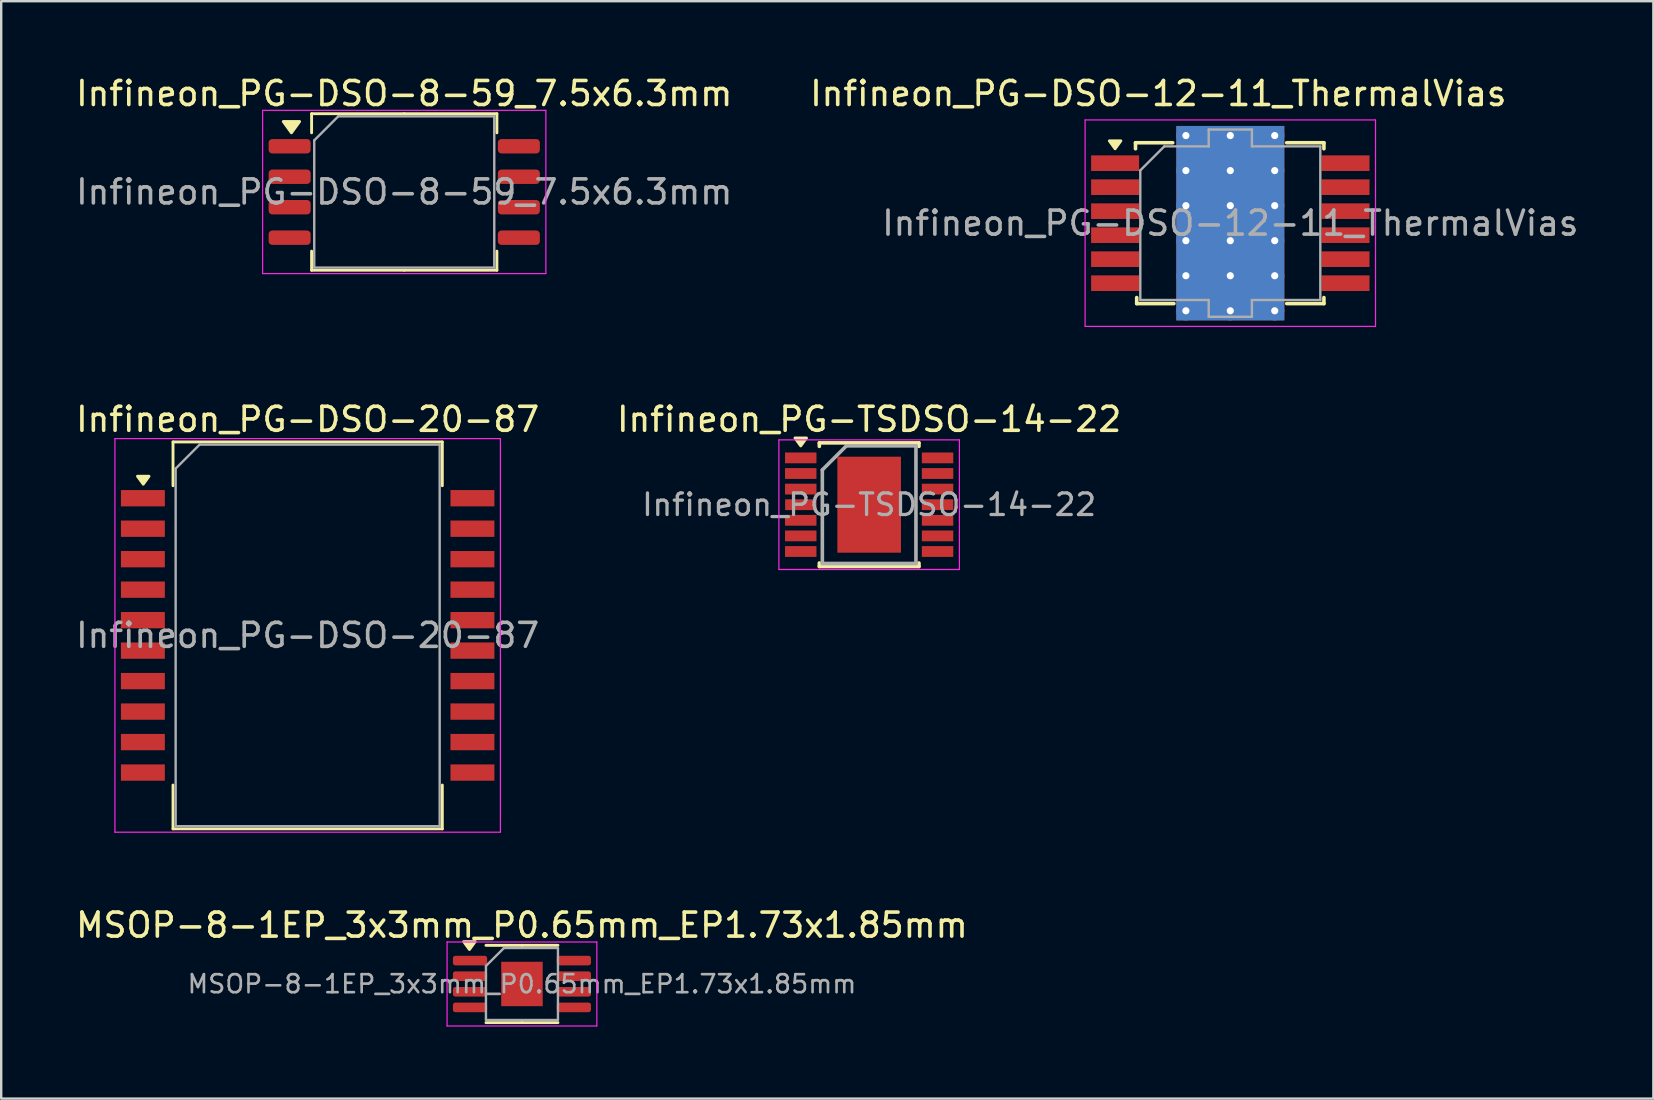
<source format=kicad_pcb>
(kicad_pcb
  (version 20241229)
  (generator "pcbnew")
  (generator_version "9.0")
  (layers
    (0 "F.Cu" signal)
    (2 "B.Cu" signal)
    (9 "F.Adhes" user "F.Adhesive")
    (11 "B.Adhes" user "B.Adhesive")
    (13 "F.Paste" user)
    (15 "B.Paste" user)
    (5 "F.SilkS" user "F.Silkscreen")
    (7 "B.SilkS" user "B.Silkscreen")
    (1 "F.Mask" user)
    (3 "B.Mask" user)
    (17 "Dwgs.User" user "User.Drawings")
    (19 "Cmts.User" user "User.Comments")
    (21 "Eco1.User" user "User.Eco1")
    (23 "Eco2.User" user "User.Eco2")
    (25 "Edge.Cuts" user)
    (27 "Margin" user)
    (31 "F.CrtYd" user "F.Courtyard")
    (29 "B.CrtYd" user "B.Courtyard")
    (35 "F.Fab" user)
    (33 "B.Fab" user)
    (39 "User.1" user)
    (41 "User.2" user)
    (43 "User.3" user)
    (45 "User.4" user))
  (footprint "Infineon_PG-DSO-20-87"
    (layer "F.Cu")
    (at 9.768 23.422)
    (property "Reference" "Infineon_PG-DSO-20-87" (at 0 -9 0) (layer "F.SilkS") (effects (font (size 1 1) (thickness 0.15))))
    (attr smd)
    (fp_line (start -5.61 -8.06) (end 5.61 -8.06) (stroke (width 0.12) (type solid)) (layer "F.SilkS"))
    (fp_line (start -5.61 -6.235) (end -5.61 -8.06) (stroke (width 0.12) (type solid)) (layer "F.SilkS"))
    (fp_line (start -5.61 6.235) (end -5.61 8.06) (stroke (width 0.12) (type solid)) (layer "F.SilkS"))
    (fp_line (start 5.61 -6.235) (end 5.61 -8.06) (stroke (width 0.12) (type solid)) (layer "F.SilkS"))
    (fp_line (start 5.61 6.235) (end 5.61 8.06) (stroke (width 0.12) (type solid)) (layer "F.SilkS"))
    (fp_line (start 5.61 8.06) (end -5.61 8.06) (stroke (width 0.12) (type solid)) (layer "F.SilkS"))
    (fp_poly (pts (xy -6.85 -6.3) (xy -7.09 -6.63) (xy -6.61 -6.63) (xy -6.85 -6.3)) (stroke (width 0.12) (type solid)) (fill yes) (layer "F.SilkS"))
    (fp_line (start -8.03 -8.2) (end 8.03 -8.2) (stroke (width 0.05) (type solid)) (layer "F.CrtYd"))
    (fp_line (start -8.03 8.2) (end -8.03 -8.2) (stroke (width 0.05) (type solid)) (layer "F.CrtYd"))
    (fp_line (start -8.03 8.2) (end 8.03 8.2) (stroke (width 0.05) (type solid)) (layer "F.CrtYd"))
    (fp_line (start 8.03 8.2) (end 8.03 -8.2) (stroke (width 0.05) (type solid)) (layer "F.CrtYd"))
    (fp_line (start -5.5 -6.95) (end -4.5 -7.95) (stroke (width 0.1) (type solid)) (layer "F.Fab"))
    (fp_line (start -5.5 7.95) (end -5.5 -6.95) (stroke (width 0.1) (type solid)) (layer "F.Fab"))
    (fp_line (start -4.5 -7.95) (end 5.5 -7.95) (stroke (width 0.1) (type solid)) (layer "F.Fab"))
    (fp_line (start 5.5 -7.95) (end 5.5 7.95) (stroke (width 0.1) (type solid)) (layer "F.Fab"))
    (fp_line (start 5.5 7.95) (end -5.5 7.95) (stroke (width 0.1) (type solid)) (layer "F.Fab"))
    (fp_text user "${REFERENCE}" (at 0 0 0) (layer "F.Fab") (effects (font (size 1 1) (thickness 0.15))))
    (pad "1" smd rect (at -6.865 -5.715) (size 1.83 0.68) (layers "F.Cu" "F.Mask" "F.Paste"))
    (pad "2" smd rect (at -6.865 -4.445) (size 1.83 0.68) (layers "F.Cu" "F.Mask" "F.Paste"))
    (pad "3" smd rect (at -6.865 -3.175) (size 1.83 0.68) (layers "F.Cu" "F.Mask" "F.Paste"))
    (pad "4" smd rect (at -6.865 -1.905) (size 1.83 0.68) (layers "F.Cu" "F.Mask" "F.Paste"))
    (pad "5" smd rect (at -6.865 -0.635) (size 1.83 0.68) (layers "F.Cu" "F.Mask" "F.Paste"))
    (pad "6" smd rect (at -6.865 0.635) (size 1.83 0.68) (layers "F.Cu" "F.Mask" "F.Paste"))
    (pad "7" smd rect (at -6.865 1.905) (size 1.83 0.68) (layers "F.Cu" "F.Mask" "F.Paste"))
    (pad "8" smd rect (at -6.865 3.175) (size 1.83 0.68) (layers "F.Cu" "F.Mask" "F.Paste"))
    (pad "9" smd rect (at -6.865 4.445) (size 1.83 0.68) (layers "F.Cu" "F.Mask" "F.Paste"))
    (pad "10" smd rect (at -6.865 5.715) (size 1.83 0.68) (layers "F.Cu" "F.Mask" "F.Paste"))
    (pad "11" smd rect (at 6.865 5.715) (size 1.83 0.68) (layers "F.Cu" "F.Mask" "F.Paste"))
    (pad "12" smd rect (at 6.865 4.445) (size 1.83 0.68) (layers "F.Cu" "F.Mask" "F.Paste"))
    (pad "13" smd rect (at 6.865 3.175) (size 1.83 0.68) (layers "F.Cu" "F.Mask" "F.Paste"))
    (pad "14" smd rect (at 6.865 1.905) (size 1.83 0.68) (layers "F.Cu" "F.Mask" "F.Paste"))
    (pad "15" smd rect (at 6.865 0.635) (size 1.83 0.68) (layers "F.Cu" "F.Mask" "F.Paste"))
    (pad "16" smd rect (at 6.865 -0.635) (size 1.83 0.68) (layers "F.Cu" "F.Mask" "F.Paste"))
    (pad "17" smd rect (at 6.865 -1.905) (size 1.83 0.68) (layers "F.Cu" "F.Mask" "F.Paste"))
    (pad "18" smd rect (at 6.865 -3.175) (size 1.83 0.68) (layers "F.Cu" "F.Mask" "F.Paste"))
    (pad "19" smd rect (at 6.865 -4.445) (size 1.83 0.68) (layers "F.Cu" "F.Mask" "F.Paste"))
    (pad "20" smd rect (at 6.865 -5.715) (size 1.83 0.68) (layers "F.Cu" "F.Mask" "F.Paste")))
  (footprint "Infineon_PG-DSO-8-59_7.5x6.3mm"
    (layer "F.Cu")
    (at 13.792 4.948)
    (property "Reference" "Infineon_PG-DSO-8-59_7.5x6.3mm" (at 0 -4.1 0) (layer "F.SilkS") (effects (font (size 1 1) (thickness 0.15))))
    (attr smd)
    (fp_line (start -3.86 -3.26) (end -3.86 -2.465) (stroke (width 0.12) (type solid)) (layer "F.SilkS"))
    (fp_line (start -3.86 3.26) (end -3.86 2.465) (stroke (width 0.12) (type solid)) (layer "F.SilkS"))
    (fp_line (start 0 -3.26) (end -3.86 -3.26) (stroke (width 0.12) (type solid)) (layer "F.SilkS"))
    (fp_line (start 0 -3.26) (end 3.86 -3.26) (stroke (width 0.12) (type solid)) (layer "F.SilkS"))
    (fp_line (start 0 3.26) (end -3.86 3.26) (stroke (width 0.12) (type solid)) (layer "F.SilkS"))
    (fp_line (start 0 3.26) (end 3.86 3.26) (stroke (width 0.12) (type solid)) (layer "F.SilkS"))
    (fp_line (start 3.86 -3.26) (end 3.86 -2.465) (stroke (width 0.12) (type solid)) (layer "F.SilkS"))
    (fp_line (start 3.86 3.26) (end 3.86 2.465) (stroke (width 0.12) (type solid)) (layer "F.SilkS"))
    (fp_poly (pts (xy -4.7 -2.465) (xy -5.04 -2.935) (xy -4.36 -2.935) (xy -4.7 -2.465)) (stroke (width 0.12) (type solid)) (fill yes) (layer "F.SilkS"))
    (fp_line (start -5.9 -3.4) (end -5.9 3.4) (stroke (width 0.05) (type solid)) (layer "F.CrtYd"))
    (fp_line (start -5.9 3.4) (end 5.9 3.4) (stroke (width 0.05) (type solid)) (layer "F.CrtYd"))
    (fp_line (start 5.9 -3.4) (end -5.9 -3.4) (stroke (width 0.05) (type solid)) (layer "F.CrtYd"))
    (fp_line (start 5.9 3.4) (end 5.9 -3.4) (stroke (width 0.05) (type solid)) (layer "F.CrtYd"))
    (fp_line (start -3.75 -2.15) (end -2.75 -3.15) (stroke (width 0.1) (type solid)) (layer "F.Fab"))
    (fp_line (start -3.75 3.15) (end -3.75 -2.15) (stroke (width 0.1) (type solid)) (layer "F.Fab"))
    (fp_line (start -2.75 -3.15) (end 3.75 -3.15) (stroke (width 0.1) (type solid)) (layer "F.Fab"))
    (fp_line (start 3.75 -3.15) (end 3.75 3.15) (stroke (width 0.1) (type solid)) (layer "F.Fab"))
    (fp_line (start 3.75 3.15) (end -3.75 3.15) (stroke (width 0.1) (type solid)) (layer "F.Fab"))
    (fp_text user "${REFERENCE}" (at 0 0 0) (layer "F.Fab") (effects (font (size 1 1) (thickness 0.15))))
    (pad "1" smd roundrect (at -4.775 -1.905) (size 1.75 0.6) (layers "F.Cu" "F.Mask" "F.Paste") (roundrect_rratio 0.25))
    (pad "2" smd roundrect (at -4.775 -0.635) (size 1.75 0.6) (layers "F.Cu" "F.Mask" "F.Paste") (roundrect_rratio 0.25))
    (pad "3" smd roundrect (at -4.775 0.635) (size 1.75 0.6) (layers "F.Cu" "F.Mask" "F.Paste") (roundrect_rratio 0.25))
    (pad "4" smd roundrect (at -4.775 1.905) (size 1.75 0.6) (layers "F.Cu" "F.Mask" "F.Paste") (roundrect_rratio 0.25))
    (pad "5" smd roundrect (at 4.775 1.905) (size 1.75 0.6) (layers "F.Cu" "F.Mask" "F.Paste") (roundrect_rratio 0.25))
    (pad "6" smd roundrect (at 4.775 0.635) (size 1.75 0.6) (layers "F.Cu" "F.Mask" "F.Paste") (roundrect_rratio 0.25))
    (pad "7" smd roundrect (at 4.775 -0.635) (size 1.75 0.6) (layers "F.Cu" "F.Mask" "F.Paste") (roundrect_rratio 0.25))
    (pad "8" smd roundrect (at 4.775 -1.905) (size 1.75 0.6) (layers "F.Cu" "F.Mask" "F.Paste") (roundrect_rratio 0.25)))
  (footprint "MSOP-8-1EP_3x3mm_P0.65mm_EP1.73x1.85mm"
    (layer "F.Cu")
    (at 18.696 37.945)
    (property "Reference" "MSOP-8-1EP_3x3mm_P0.65mm_EP1.73x1.85mm" (at 0 -2.45 0) (layer "F.SilkS") (effects (font (size 1 1) (thickness 0.15))))
    (attr smd)
    (fp_line (start 0 -1.61) (end -1.5 -1.61) (stroke (width 0.12) (type solid)) (layer "F.SilkS"))
    (fp_line (start 0 -1.61) (end 1.5 -1.61) (stroke (width 0.12) (type solid)) (layer "F.SilkS"))
    (fp_line (start 0 1.61) (end -1.5 1.61) (stroke (width 0.12) (type solid)) (layer "F.SilkS"))
    (fp_line (start 0 1.61) (end 1.5 1.61) (stroke (width 0.12) (type solid)) (layer "F.SilkS"))
    (fp_poly (pts (xy -2.188 -1.435) (xy -2.428 -1.765) (xy -1.948 -1.765) (xy -2.188 -1.435)) (stroke (width 0.12) (type solid)) (fill yes) (layer "F.SilkS"))
    (fp_line (start -3.12 -1.75) (end -3.12 1.75) (stroke (width 0.05) (type solid)) (layer "F.CrtYd"))
    (fp_line (start -3.12 1.75) (end 3.12 1.75) (stroke (width 0.05) (type solid)) (layer "F.CrtYd"))
    (fp_line (start 3.12 -1.75) (end -3.12 -1.75) (stroke (width 0.05) (type solid)) (layer "F.CrtYd"))
    (fp_line (start 3.12 1.75) (end 3.12 -1.75) (stroke (width 0.05) (type solid)) (layer "F.CrtYd"))
    (fp_line (start -1.5 -0.75) (end -0.75 -1.5) (stroke (width 0.1) (type solid)) (layer "F.Fab"))
    (fp_line (start -1.5 1.5) (end -1.5 -0.75) (stroke (width 0.1) (type solid)) (layer "F.Fab"))
    (fp_line (start -0.75 -1.5) (end 1.5 -1.5) (stroke (width 0.1) (type solid)) (layer "F.Fab"))
    (fp_line (start 1.5 -1.5) (end 1.5 1.5) (stroke (width 0.1) (type solid)) (layer "F.Fab"))
    (fp_line (start 1.5 1.5) (end -1.5 1.5) (stroke (width 0.1) (type solid)) (layer "F.Fab"))
    (fp_text user "${REFERENCE}" (at 0 0 0) (layer "F.Fab") (effects (font (size 0.75 0.75) (thickness 0.11))))
    (pad "" smd roundrect (at -0.43 -0.46) (size 0.7 0.75) (layers "F.Paste") (roundrect_rratio 0.25))
    (pad "" smd roundrect (at -0.43 0.46) (size 0.7 0.75) (layers "F.Paste") (roundrect_rratio 0.25))
    (pad "" smd roundrect (at 0.43 -0.46) (size 0.7 0.75) (layers "F.Paste") (roundrect_rratio 0.25))
    (pad "" smd roundrect (at 0.43 0.46) (size 0.7 0.75) (layers "F.Paste") (roundrect_rratio 0.25))
    (pad "1" smd roundrect (at -2.163 -0.975) (size 1.425 0.4) (layers "F.Cu" "F.Mask" "F.Paste") (roundrect_rratio 0.25))
    (pad "2" smd roundrect (at -2.163 -0.325) (size 1.425 0.4) (layers "F.Cu" "F.Mask" "F.Paste") (roundrect_rratio 0.25))
    (pad "3" smd roundrect (at -2.163 0.325) (size 1.425 0.4) (layers "F.Cu" "F.Mask" "F.Paste") (roundrect_rratio 0.25))
    (pad "4" smd roundrect (at -2.163 0.975) (size 1.425 0.4) (layers "F.Cu" "F.Mask" "F.Paste") (roundrect_rratio 0.25))
    (pad "5" smd roundrect (at 2.163 0.975) (size 1.425 0.4) (layers "F.Cu" "F.Mask" "F.Paste") (roundrect_rratio 0.25))
    (pad "6" smd roundrect (at 2.163 0.325) (size 1.425 0.4) (layers "F.Cu" "F.Mask" "F.Paste") (roundrect_rratio 0.25))
    (pad "7" smd roundrect (at 2.163 -0.325) (size 1.425 0.4) (layers "F.Cu" "F.Mask" "F.Paste") (roundrect_rratio 0.25))
    (pad "8" smd roundrect (at 2.163 -0.975) (size 1.425 0.4) (layers "F.Cu" "F.Mask" "F.Paste") (roundrect_rratio 0.25))
    (pad "9" smd rect (at 0 0) (size 1.73 1.85) (property pad_prop_heatsink) (layers "F.Cu" "F.Mask")))
  (footprint "Infineon_PG-DSO-12-11_ThermalVias"
    (layer "F.Cu")
    (at 48.208 6.248)
    (property "Reference" "Infineon_PG-DSO-12-11_ThermalVias" (at -3 -5.4 0) (layer "F.SilkS") (effects (font (size 1 1) (thickness 0.15))))
    (attr smd)
    (fp_line (start -3.95 -3.35) (end -2.4 -3.35) (stroke (width 0.15) (type solid)) (layer "F.SilkS"))
    (fp_line (start -3.95 -3.1) (end -3.95 -3.35) (stroke (width 0.15) (type solid)) (layer "F.SilkS"))
    (fp_line (start -3.9 3.1) (end -3.9 3.35) (stroke (width 0.15) (type solid)) (layer "F.SilkS"))
    (fp_line (start -3.9 3.35) (end -2.35 3.35) (stroke (width 0.15) (type solid)) (layer "F.SilkS"))
    (fp_line (start 3.9 -3.35) (end 2.35 -3.35) (stroke (width 0.15) (type solid)) (layer "F.SilkS"))
    (fp_line (start 3.9 -3.1) (end 3.9 -3.35) (stroke (width 0.15) (type solid)) (layer "F.SilkS"))
    (fp_line (start 3.9 3.1) (end 3.9 3.35) (stroke (width 0.15) (type solid)) (layer "F.SilkS"))
    (fp_line (start 3.9 3.35) (end 2.35 3.35) (stroke (width 0.15) (type solid)) (layer "F.SilkS"))
    (fp_poly (pts (xy -4.8 -3.1) (xy -5.04 -3.43) (xy -4.56 -3.43) (xy -4.8 -3.1)) (stroke (width 0.12) (type solid)) (fill yes) (layer "F.SilkS"))
    (fp_line (start -6.05 -4.3) (end 6.05 -4.3) (stroke (width 0.05) (type solid)) (layer "F.CrtYd"))
    (fp_line (start -6.05 4.3) (end -6.05 -4.3) (stroke (width 0.05) (type solid)) (layer "F.CrtYd"))
    (fp_line (start 6.05 -4.3) (end 6.05 4.3) (stroke (width 0.05) (type solid)) (layer "F.CrtYd"))
    (fp_line (start 6.05 4.3) (end -6.05 4.3) (stroke (width 0.05) (type solid)) (layer "F.CrtYd"))
    (fp_line (start -3.75 3.2) (end -3.75 -2.2) (stroke (width 0.1) (type solid)) (layer "F.Fab"))
    (fp_line (start -2.75 -3.2) (end -3.75 -2.2) (stroke (width 0.1) (type solid)) (layer "F.Fab"))
    (fp_line (start -2.75 -3.2) (end -0.9 -3.2) (stroke (width 0.1) (type solid)) (layer "F.Fab"))
    (fp_line (start -0.9 -3.9) (end 0.9 -3.9) (stroke (width 0.1) (type solid)) (layer "F.Fab"))
    (fp_line (start -0.9 -3.2) (end -0.9 -3.9) (stroke (width 0.1) (type solid)) (layer "F.Fab"))
    (fp_line (start -0.9 3.2) (end -3.75 3.2) (stroke (width 0.1) (type solid)) (layer "F.Fab"))
    (fp_line (start -0.9 3.9) (end -0.9 3.2) (stroke (width 0.1) (type solid)) (layer "F.Fab"))
    (fp_line (start 0.9 -3.9) (end 0.9 -3.2) (stroke (width 0.1) (type solid)) (layer "F.Fab"))
    (fp_line (start 0.9 -3.2) (end 3.75 -3.2) (stroke (width 0.1) (type solid)) (layer "F.Fab"))
    (fp_line (start 0.9 3.2) (end 0.9 3.9) (stroke (width 0.1) (type solid)) (layer "F.Fab"))
    (fp_line (start 0.9 3.9) (end -0.9 3.9) (stroke (width 0.1) (type solid)) (layer "F.Fab"))
    (fp_line (start 3.75 -3.2) (end 3.75 3.2) (stroke (width 0.1) (type solid)) (layer "F.Fab"))
    (fp_line (start 3.75 3.2) (end 0.9 3.2) (stroke (width 0.1) (type solid)) (layer "F.Fab"))
    (fp_text user "${REFERENCE}" (at 0 0 0) (layer "F.Fab") (effects (font (size 1 1) (thickness 0.15))))
    (pad "" smd rect (at -0.925 -2.92) (size 1.55 1.16) (layers "F.Paste"))
    (pad "" smd rect (at -0.925 -1.46) (size 1.55 1.16) (layers "F.Paste"))
    (pad "" smd rect (at -0.925 0) (size 1.55 1.16) (layers "F.Paste"))
    (pad "" smd rect (at -0.925 1.46) (size 1.55 1.16) (layers "F.Paste"))
    (pad "" smd rect (at -0.925 2.92) (size 1.55 1.16) (layers "F.Paste"))
    (pad "" smd rect (at 0.925 -2.92) (size 1.55 1.16) (layers "F.Paste"))
    (pad "" smd rect (at 0.925 -1.46) (size 1.55 1.16) (layers "F.Paste"))
    (pad "" smd rect (at 0.925 0) (size 1.55 1.16) (layers "F.Paste"))
    (pad "" smd rect (at 0.925 1.46) (size 1.55 1.16) (layers "F.Paste"))
    (pad "" smd rect (at 0.925 2.92) (size 1.55 1.16) (layers "F.Paste"))
    (pad "1" smd rect (at -4.8 -2.5) (size 2 0.65) (layers "F.Cu" "F.Mask" "F.Paste"))
    (pad "2" smd rect (at -4.8 -1.5) (size 2 0.65) (layers "F.Cu" "F.Mask" "F.Paste"))
    (pad "3" smd rect (at -4.8 -0.5) (size 2 0.65) (layers "F.Cu" "F.Mask" "F.Paste"))
    (pad "4" smd rect (at -4.8 0.5) (size 2 0.65) (layers "F.Cu" "F.Mask" "F.Paste"))
    (pad "5" smd rect (at -4.8 1.5) (size 2 0.65) (layers "F.Cu" "F.Mask" "F.Paste"))
    (pad "6" smd rect (at -4.8 2.5) (size 2 0.65) (layers "F.Cu" "F.Mask" "F.Paste"))
    (pad "7" smd rect (at 4.8 2.5) (size 2 0.65) (layers "F.Cu" "F.Mask" "F.Paste"))
    (pad "8" smd rect (at 4.8 1.5) (size 2 0.65) (layers "F.Cu" "F.Mask" "F.Paste"))
    (pad "9" smd rect (at 4.8 0.5) (size 2 0.65) (layers "F.Cu" "F.Mask" "F.Paste"))
    (pad "10" smd rect (at 4.8 -0.5) (size 2 0.65) (layers "F.Cu" "F.Mask" "F.Paste"))
    (pad "11" smd rect (at 4.8 -1.5) (size 2 0.65) (layers "F.Cu" "F.Mask" "F.Paste"))
    (pad "12" smd rect (at 4.8 -2.5) (size 2 0.65) (layers "F.Cu" "F.Mask" "F.Paste"))
    (pad "13" thru_hole circle (at -1.85 -3.65) (size 0.8 0.8) (drill 0.3) (layers "*.Cu"))
    (pad "13" thru_hole circle (at -1.85 -2.19) (size 0.8 0.8) (drill 0.3) (layers "*.Cu"))
    (pad "13" thru_hole circle (at -1.85 -0.73) (size 0.8 0.8) (drill 0.3) (layers "*.Cu"))
    (pad "13" thru_hole circle (at -1.85 0.73) (size 0.8 0.8) (drill 0.3) (layers "*.Cu"))
    (pad "13" thru_hole circle (at -1.85 2.19) (size 0.8 0.8) (drill 0.3) (layers "*.Cu"))
    (pad "13" thru_hole circle (at -1.85 3.65) (size 0.8 0.8) (drill 0.3) (layers "*.Cu"))
    (pad "13" thru_hole circle (at 0 -3.65) (size 0.8 0.8) (drill 0.3) (layers "*.Cu"))
    (pad "13" thru_hole circle (at 0 -2.19) (size 0.8 0.8) (drill 0.3) (layers "*.Cu"))
    (pad "13" thru_hole circle (at 0 -0.73) (size 0.8 0.8) (drill 0.3) (layers "*.Cu"))
    (pad "13" smd rect (at 0 0) (size 4.5 8.1) (layers "F.Cu" "F.Mask"))
    (pad "13" smd rect (at 0 0) (size 4.5 8.1) (layers "B.Cu"))
    (pad "13" thru_hole circle (at 0 0.73) (size 0.8 0.8) (drill 0.3) (layers "*.Cu"))
    (pad "13" thru_hole circle (at 0 2.19) (size 0.8 0.8) (drill 0.3) (layers "*.Cu"))
    (pad "13" thru_hole circle (at 0 3.65) (size 0.8 0.8) (drill 0.3) (layers "*.Cu"))
    (pad "13" thru_hole circle (at 1.85 -3.65) (size 0.8 0.8) (drill 0.3) (layers "*.Cu"))
    (pad "13" thru_hole circle (at 1.85 -2.19) (size 0.8 0.8) (drill 0.3) (layers "*.Cu"))
    (pad "13" thru_hole circle (at 1.85 -0.73) (size 0.8 0.8) (drill 0.3) (layers "*.Cu"))
    (pad "13" thru_hole circle (at 1.85 0.73) (size 0.8 0.8) (drill 0.3) (layers "*.Cu"))
    (pad "13" thru_hole circle (at 1.85 2.19) (size 0.8 0.8) (drill 0.3) (layers "*.Cu"))
    (pad "13" thru_hole circle (at 1.85 3.65) (size 0.8 0.8) (drill 0.3) (layers "*.Cu")))
  (footprint "Infineon_PG-TSDSO-14-22"
    (layer "F.Cu")
    (at 33.161 17.977)
    (property "Reference" "Infineon_PG-TSDSO-14-22" (at 0 -3.556 0) (layer "F.SilkS") (effects (font (size 1 1) (thickness 0.15))))
    (attr smd)
    (fp_line (start -2.075 -2.575) (end -2.075 -2.43) (stroke (width 0.15) (type solid)) (layer "F.SilkS"))
    (fp_line (start -2.075 -2.575) (end 2.075 -2.575) (stroke (width 0.15) (type solid)) (layer "F.SilkS"))
    (fp_line (start -2.075 2.575) (end -2.075 2.43) (stroke (width 0.15) (type solid)) (layer "F.SilkS"))
    (fp_line (start -2.075 2.575) (end 2.075 2.575) (stroke (width 0.15) (type solid)) (layer "F.SilkS"))
    (fp_line (start 2.075 -2.575) (end 2.075 -2.43) (stroke (width 0.15) (type solid)) (layer "F.SilkS"))
    (fp_line (start 2.075 2.575) (end 2.075 2.43) (stroke (width 0.15) (type solid)) (layer "F.SilkS"))
    (fp_poly (pts (xy -2.85 -2.45) (xy -3.09 -2.78) (xy -2.61 -2.78) (xy -2.85 -2.45)) (stroke (width 0.12) (type solid)) (fill yes) (layer "F.SilkS"))
    (fp_line (start -3.76 -2.7) (end -3.76 2.7) (stroke (width 0.05) (type solid)) (layer "F.CrtYd"))
    (fp_line (start -3.76 -2.7) (end 3.76 -2.7) (stroke (width 0.05) (type solid)) (layer "F.CrtYd"))
    (fp_line (start -3.76 2.7) (end 3.76 2.7) (stroke (width 0.05) (type solid)) (layer "F.CrtYd"))
    (fp_line (start 3.76 -2.7) (end 3.76 2.7) (stroke (width 0.05) (type solid)) (layer "F.CrtYd"))
    (fp_line (start -1.95 -1.45) (end -0.95 -2.45) (stroke (width 0.15) (type solid)) (layer "F.Fab"))
    (fp_line (start -1.95 2.45) (end -1.95 -1.45) (stroke (width 0.15) (type solid)) (layer "F.Fab"))
    (fp_line (start -0.95 -2.45) (end 1.95 -2.45) (stroke (width 0.15) (type solid)) (layer "F.Fab"))
    (fp_line (start 1.95 -2.45) (end 1.95 2.45) (stroke (width 0.15) (type solid)) (layer "F.Fab"))
    (fp_line (start 1.95 2.45) (end -1.95 2.45) (stroke (width 0.15) (type solid)) (layer "F.Fab"))
    (fp_text user "${REFERENCE}" (at 0 0 0) (layer "F.Fab") (effects (font (size 0.9 0.9) (thickness 0.135))))
    (pad "" smd rect (at 0 -1.075) (size 2.65 1.85) (layers "F.Paste"))
    (pad "" smd rect (at 0 1.075) (size 2.65 1.85) (layers "F.Paste"))
    (pad "1" smd rect (at -2.85 -1.95) (size 1.31 0.45) (layers "F.Cu" "F.Mask" "F.Paste"))
    (pad "2" smd rect (at -2.85 -1.3) (size 1.31 0.45) (layers "F.Cu" "F.Mask" "F.Paste"))
    (pad "3" smd rect (at -2.85 -0.65) (size 1.31 0.45) (layers "F.Cu" "F.Mask" "F.Paste"))
    (pad "4" smd rect (at -2.845 0) (size 1.31 0.45) (layers "F.Cu" "F.Mask" "F.Paste"))
    (pad "5" smd rect (at -2.85 0.65) (size 1.31 0.45) (layers "F.Cu" "F.Mask" "F.Paste"))
    (pad "6" smd rect (at -2.85 1.3) (size 1.31 0.45) (layers "F.Cu" "F.Mask" "F.Paste"))
    (pad "7" smd rect (at -2.85 1.95) (size 1.31 0.45) (layers "F.Cu" "F.Mask" "F.Paste"))
    (pad "8" smd rect (at 2.85 1.95) (size 1.31 0.45) (layers "F.Cu" "F.Mask" "F.Paste"))
    (pad "9" smd rect (at 2.85 1.3) (size 1.31 0.45) (layers "F.Cu" "F.Mask" "F.Paste"))
    (pad "10" smd rect (at 2.85 0.65) (size 1.31 0.45) (layers "F.Cu" "F.Mask" "F.Paste"))
    (pad "11" smd rect (at 2.85 0) (size 1.31 0.45) (layers "F.Cu" "F.Mask" "F.Paste"))
    (pad "12" smd rect (at 2.85 -0.65) (size 1.31 0.45) (layers "F.Cu" "F.Mask" "F.Paste"))
    (pad "13" smd rect (at 2.85 -1.3) (size 1.31 0.45) (layers "F.Cu" "F.Mask" "F.Paste"))
    (pad "14" smd rect (at 2.85 -1.95) (size 1.31 0.45) (layers "F.Cu" "F.Mask" "F.Paste"))
    (pad "15" smd rect (at 0 0) (size 2.65 4) (layers "F.Cu" "F.Mask")))
  (gr_rect
    (start -3 -3)
    (end 65.833 42.72)
    (stroke (width 0.1) (type default))
    (fill no)
    (layer "Edge.Cuts")))
</source>
